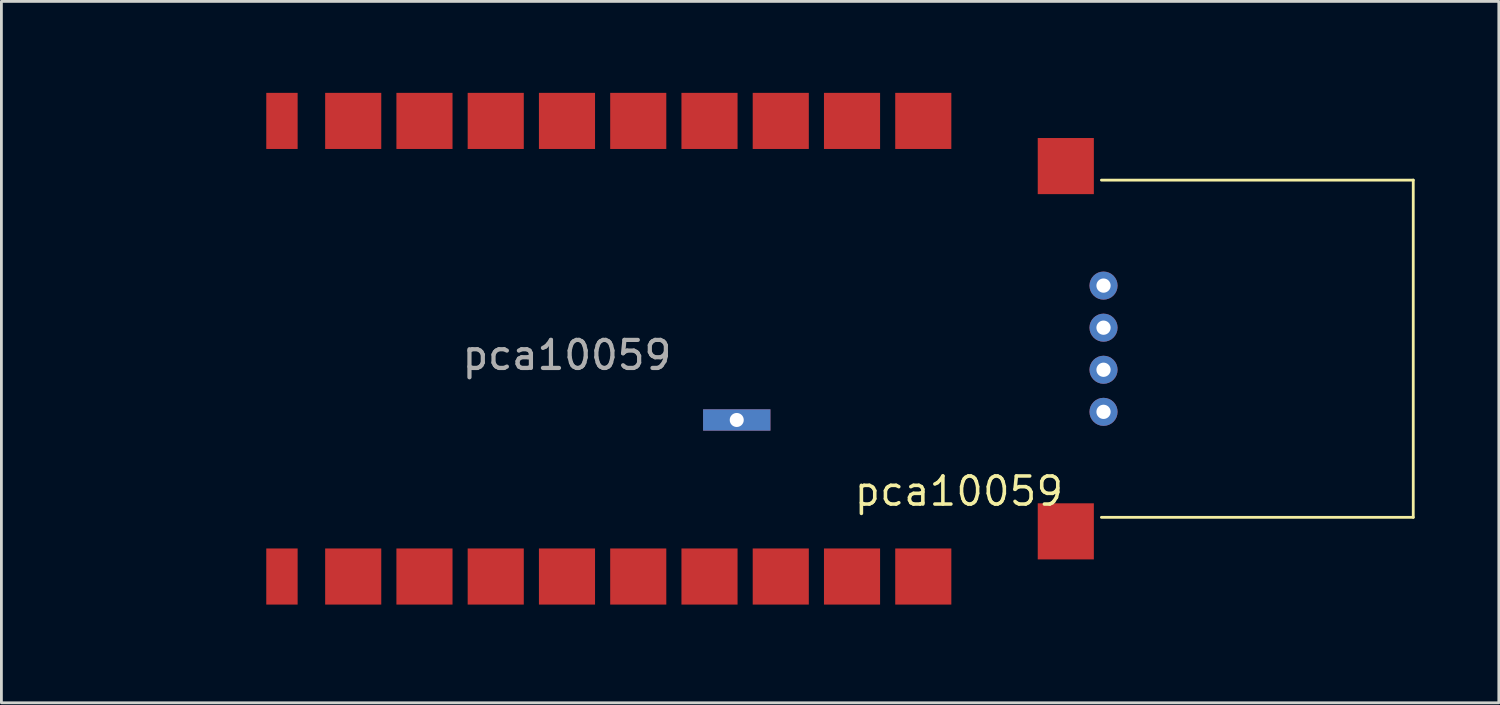
<source format=kicad_pcb>
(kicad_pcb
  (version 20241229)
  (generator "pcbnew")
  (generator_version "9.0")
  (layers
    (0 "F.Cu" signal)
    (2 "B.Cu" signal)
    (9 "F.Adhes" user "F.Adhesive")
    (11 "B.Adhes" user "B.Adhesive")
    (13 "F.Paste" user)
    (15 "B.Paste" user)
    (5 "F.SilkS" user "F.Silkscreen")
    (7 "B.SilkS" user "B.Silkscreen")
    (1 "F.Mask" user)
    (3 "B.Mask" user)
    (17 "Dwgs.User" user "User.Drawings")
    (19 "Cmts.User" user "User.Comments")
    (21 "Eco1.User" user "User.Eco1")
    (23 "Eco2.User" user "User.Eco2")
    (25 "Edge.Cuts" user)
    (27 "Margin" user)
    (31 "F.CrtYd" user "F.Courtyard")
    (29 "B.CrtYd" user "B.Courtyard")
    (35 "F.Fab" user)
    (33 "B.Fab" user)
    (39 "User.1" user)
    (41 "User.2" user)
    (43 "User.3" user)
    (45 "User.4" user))
  (footprint "pca10059"
    (layer "F.Cu")
    (at 7 17)
    (property "Reference" "pca10059" (at 24.13 -2.54 0) (unlocked yes) (layer "F.SilkS") (effects (font (size 1 1) (thickness 0.127))))
    (attr smd)
    (fp_line (start 29.21 -1.61) (end 40.325 -1.61) (stroke (width 0.1) (type default)) (layer "F.SilkS"))
    (fp_line (start 40.325 -13.63) (end 29.21 -13.63) (stroke (width 0.1) (type default)) (layer "F.SilkS"))
    (fp_line (start 40.325 -1.61) (end 40.325 -13.63) (stroke (width 0.1) (type default)) (layer "F.SilkS"))
    (fp_line (start -5.715 -15.24) (end -5.715 0) (stroke (width 0.1) (type default)) (layer "User.1"))
    (fp_line (start -5.715 -15.24) (end 40.325 -15.24) (stroke (width 0.1) (type default)) (layer "User.1"))
    (fp_line (start -5.715 0) (end 40.325 0) (stroke (width 0.1) (type default)) (layer "User.1"))
    (fp_line (start 40.325 -15.24) (end 40.325 0) (stroke (width 0.1) (type default)) (layer "User.1"))
    (fp_text user "${REFERENCE}" (at 10.16 -7.39 0) (unlocked yes) (layer "F.Fab") (effects (font (size 1 1) (thickness 0.15))))
    (fp_text user "Antenna" (at -3.81 -5.08 90) (unlocked yes) (layer "User.1") (effects (font (size 1 1) (thickness 0.1)) (justify left bottom)))
    (pad "1" smd rect (at 0 0) (size 1.118 2) (drill (offset 0 0.5)) (layers "F.Cu" "F.Mask" "F.Paste"))
    (pad "2" smd rect (at 2.54 0) (size 2 2) (drill (offset 0 0.5)) (layers "F.Cu" "F.Mask" "F.Paste"))
    (pad "3" smd rect (at 5.08 0) (size 2 2) (drill (offset 0 0.5)) (layers "F.Cu" "F.Mask" "F.Paste"))
    (pad "4" smd rect (at 7.62 0) (size 2 2) (drill (offset 0 0.5)) (layers "F.Cu" "F.Mask" "F.Paste"))
    (pad "5" smd rect (at 10.16 0) (size 2 2) (drill (offset 0 0.5)) (layers "F.Cu" "F.Mask" "F.Paste"))
    (pad "6" smd rect (at 12.7 0) (size 2 2) (drill (offset 0 0.5)) (layers "F.Cu" "F.Mask" "F.Paste"))
    (pad "7" smd rect (at 15.24 0) (size 2 2) (drill (offset 0 0.5)) (layers "F.Cu" "F.Mask" "F.Paste"))
    (pad "8" smd rect (at 17.78 0) (size 2 2) (drill (offset 0 0.5)) (layers "F.Cu" "F.Mask" "F.Paste"))
    (pad "9" smd rect (at 20.32 0) (size 2 2) (drill (offset 0 0.5)) (layers "F.Cu" "F.Mask" "F.Paste"))
    (pad "10" smd rect (at 22.86 0) (size 2 2) (drill (offset 0 0.5)) (layers "F.Cu" "F.Mask" "F.Paste"))
    (pad "11" smd rect (at 27.94 -1.61) (size 2 2) (drill (offset 0 0.5)) (layers "F.Cu" "F.Mask" "F.Paste"))
    (pad "12" thru_hole rect (at 16.211 -5.08) (size 2.4 0.76) (drill 0.5) (layers "*.Cu" "*.Mask"))
    (pad "13" thru_hole circle (at 29.285 -5.37) (size 1 1) (drill 0.508) (layers "*.Cu" "*.Mask"))
    (pad "14" thru_hole circle (at 29.285 -6.87) (size 1 1) (drill 0.508) (layers "*.Cu" "*.Mask"))
    (pad "15" thru_hole circle (at 29.285 -8.37) (size 1 1) (drill 0.508) (layers "*.Cu" "*.Mask"))
    (pad "16" thru_hole circle (at 29.285 -9.87) (size 1 1) (drill 0.508) (layers "*.Cu" "*.Mask"))
    (pad "17" smd rect (at 27.94 -13.63) (size 2 2) (drill (offset 0 -0.5)) (layers "F.Cu" "F.Mask" "F.Paste"))
    (pad "18" smd rect (at 22.86 -15.24) (size 2 2) (drill (offset 0 -0.5)) (layers "F.Cu" "F.Mask" "F.Paste"))
    (pad "19" smd rect (at 20.32 -15.24) (size 2 2) (drill (offset 0 -0.5)) (layers "F.Cu" "F.Mask" "F.Paste"))
    (pad "20" smd rect (at 17.78 -15.24) (size 2 2) (drill (offset 0 -0.5)) (layers "F.Cu" "F.Mask" "F.Paste"))
    (pad "21" smd rect (at 15.24 -15.24) (size 2 2) (drill (offset 0 -0.5)) (layers "F.Cu" "F.Mask" "F.Paste"))
    (pad "22" smd rect (at 12.7 -15.24) (size 2 2) (drill (offset 0 -0.5)) (layers "F.Cu" "F.Mask" "F.Paste"))
    (pad "23" smd rect (at 10.16 -15.24) (size 2 2) (drill (offset 0 -0.5)) (layers "F.Cu" "F.Mask" "F.Paste"))
    (pad "24" smd rect (at 7.62 -15.24) (size 2 2) (drill (offset 0 -0.5)) (layers "F.Cu" "F.Mask" "F.Paste"))
    (pad "25" smd rect (at 5.08 -15.24) (size 2 2) (drill (offset 0 -0.5)) (layers "F.Cu" "F.Mask" "F.Paste"))
    (pad "26" smd rect (at 2.54 -15.24) (size 2 2) (drill (offset 0 -0.5)) (layers "F.Cu" "F.Mask" "F.Paste"))
    (pad "27" smd rect (at 0 -15.24) (size 1.118 2) (drill (offset 0 -0.5)) (layers "F.Cu" "F.Mask" "F.Paste"))
    (zone (net_name "") (layers "F.Cu" "B.Cu") (hatch edge 0.5) (connect_pads) (min_thickness 0.25) (filled_areas_thickness no) (keepout (tracks not_allowed) (vias not_allowed) (pads not_allowed) (copperpour not_allowed) (footprints not_allowed)) (placement (enabled no)) (fill) (polygon (pts (xy 6 0) (xy 6 19) (xy 0 19) (xy 0 0)))))
  (gr_rect
    (start -3 -3)
    (end 50.375 22)
    (stroke (width 0.1) (type default))
    (fill no)
    (layer "Edge.Cuts")))
</source>
